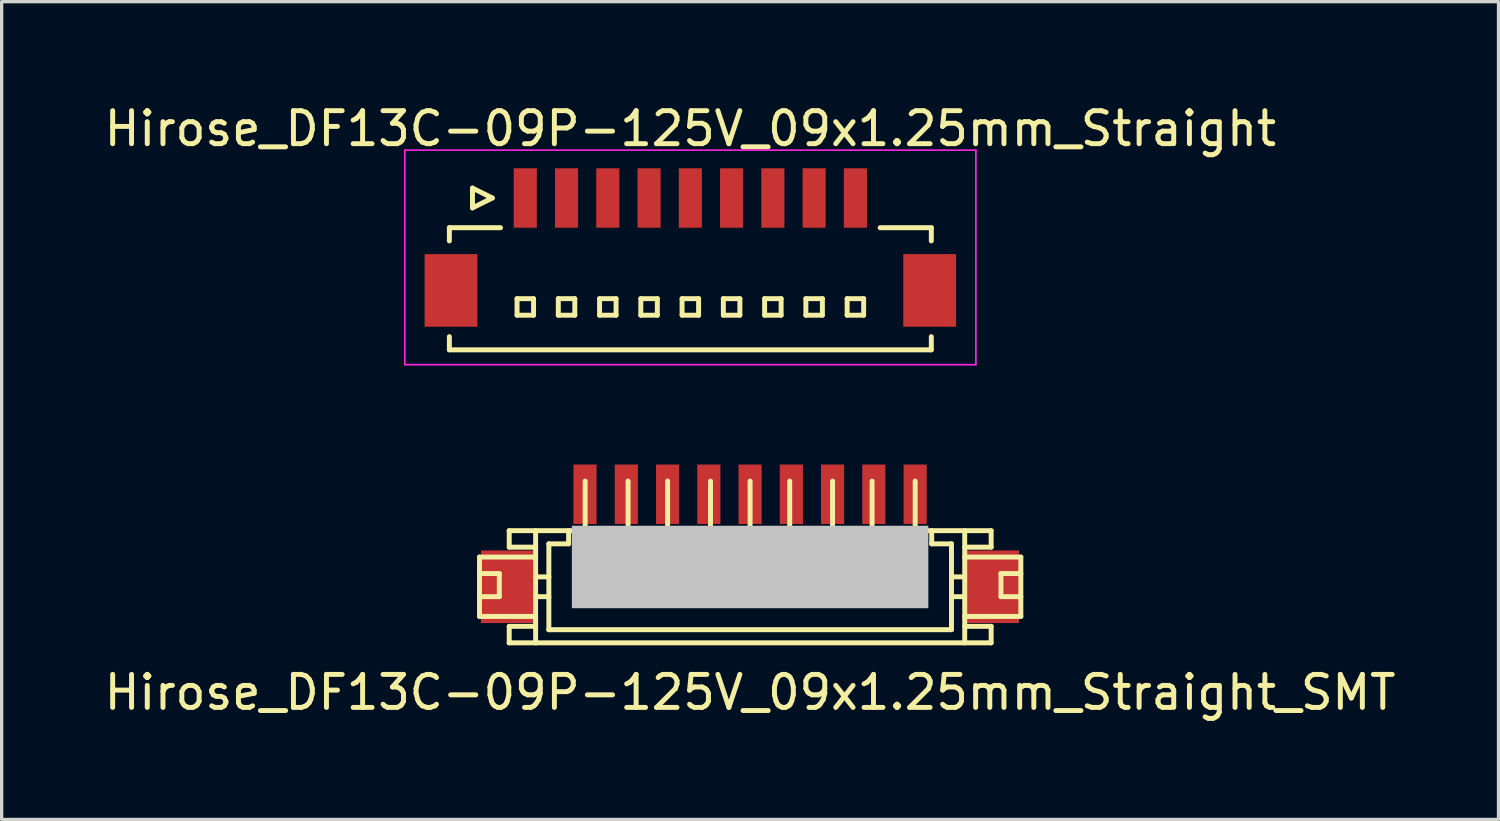
<source format=kicad_pcb>
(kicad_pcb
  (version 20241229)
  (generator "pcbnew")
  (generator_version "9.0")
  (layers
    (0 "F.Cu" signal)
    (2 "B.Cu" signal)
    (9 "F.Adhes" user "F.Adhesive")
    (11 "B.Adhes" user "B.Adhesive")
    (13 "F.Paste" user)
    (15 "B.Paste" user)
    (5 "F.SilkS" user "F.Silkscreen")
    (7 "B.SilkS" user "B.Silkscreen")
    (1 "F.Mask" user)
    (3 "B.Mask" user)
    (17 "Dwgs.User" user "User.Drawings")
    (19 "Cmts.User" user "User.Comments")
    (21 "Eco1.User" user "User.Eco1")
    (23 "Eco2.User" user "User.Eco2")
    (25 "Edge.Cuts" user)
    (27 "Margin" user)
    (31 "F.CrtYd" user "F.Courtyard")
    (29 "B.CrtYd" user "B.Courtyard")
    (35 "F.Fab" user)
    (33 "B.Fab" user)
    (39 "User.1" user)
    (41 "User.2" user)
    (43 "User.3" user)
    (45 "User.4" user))
  (footprint "Hirose_DF13C-09P-125V_09x1.25mm_Straight_SMT"
    (layer "F.Cu")
    (at 19.673 13.925)
    (property "Reference" "Hirose_DF13C-09P-125V_09x1.25mm_Straight_SMT" (at 0 4 0) (layer "F.SilkS") (effects (font (size 1 1) (thickness 0.15))))
    (attr smd)
    (fp_line (start -8.197 -0.099) (end -6.497 -0.099) (stroke (width 0.15) (type solid)) (layer "F.SilkS"))
    (fp_line (start -8.197 0.399) (end -7.597 0.399) (stroke (width 0.15) (type solid)) (layer "F.SilkS"))
    (fp_line (start -8.197 1.699) (end -8.197 -0.099) (stroke (width 0.15) (type solid)) (layer "F.SilkS"))
    (fp_line (start -8.197 1.699) (end -6.497 1.699) (stroke (width 0.15) (type solid)) (layer "F.SilkS"))
    (fp_line (start -7.597 0.399) (end -7.597 1.1) (stroke (width 0.15) (type solid)) (layer "F.SilkS"))
    (fp_line (start -7.597 1.1) (end -8.197 1.1) (stroke (width 0.15) (type solid)) (layer "F.SilkS"))
    (fp_line (start -7.3 -0.899) (end 7.3 -0.899) (stroke (width 0.15) (type solid)) (layer "F.SilkS"))
    (fp_line (start -7.297 -0.399) (end -7.297 -0.899) (stroke (width 0.15) (type solid)) (layer "F.SilkS"))
    (fp_line (start -7.297 2.499) (end -7.297 1.999) (stroke (width 0.15) (type solid)) (layer "F.SilkS"))
    (fp_line (start -6.497 -0.899) (end -6.497 2.499) (stroke (width 0.15) (type solid)) (layer "F.SilkS"))
    (fp_line (start -6.497 -0.399) (end -7.297 -0.399) (stroke (width 0.15) (type solid)) (layer "F.SilkS"))
    (fp_line (start -6.497 0.5) (end -6.096 0.5) (stroke (width 0.15) (type solid)) (layer "F.SilkS"))
    (fp_line (start -6.497 1.1) (end -6.096 1.1) (stroke (width 0.15) (type solid)) (layer "F.SilkS"))
    (fp_line (start -6.497 1.999) (end -7.297 1.999) (stroke (width 0.15) (type solid)) (layer "F.SilkS"))
    (fp_line (start -6.101 2.101) (end 6.101 2.101) (stroke (width 0.15) (type solid)) (layer "F.SilkS"))
    (fp_line (start -6.096 -0.5) (end -5.497 -0.5) (stroke (width 0.15) (type solid)) (layer "F.SilkS"))
    (fp_line (start -6.096 2.101) (end -6.096 -0.5) (stroke (width 0.15) (type solid)) (layer "F.SilkS"))
    (fp_line (start -5.497 -0.902) (end -5.497 -0.5) (stroke (width 0.15) (type solid)) (layer "F.SilkS"))
    (fp_line (start -5.098 0.998) (end -5.098 1.199) (stroke (width 0.15) (type solid)) (layer "F.SilkS"))
    (fp_line (start -5.098 1.199) (end -4.897 1.199) (stroke (width 0.15) (type solid)) (layer "F.SilkS"))
    (fp_line (start -4.996 -0.902) (end -4.996 -2.4) (stroke (width 0.15) (type solid)) (layer "F.SilkS"))
    (fp_line (start -4.897 0.998) (end -5.098 0.998) (stroke (width 0.15) (type solid)) (layer "F.SilkS"))
    (fp_line (start -4.897 1.199) (end -4.897 0.998) (stroke (width 0.15) (type solid)) (layer "F.SilkS"))
    (fp_line (start -3.8 1.001) (end -3.602 1.001) (stroke (width 0.15) (type solid)) (layer "F.SilkS"))
    (fp_line (start -3.8 1.199) (end -3.8 1.001) (stroke (width 0.15) (type solid)) (layer "F.SilkS"))
    (fp_line (start -3.696 -0.899) (end -3.696 -2.4) (stroke (width 0.15) (type solid)) (layer "F.SilkS"))
    (fp_line (start -3.602 1.001) (end -3.602 1.199) (stroke (width 0.15) (type solid)) (layer "F.SilkS"))
    (fp_line (start -3.602 1.199) (end -3.8 1.199) (stroke (width 0.15) (type solid)) (layer "F.SilkS"))
    (fp_line (start -2.598 1.001) (end -2.4 1.001) (stroke (width 0.15) (type solid)) (layer "F.SilkS"))
    (fp_line (start -2.598 1.199) (end -2.598 1.001) (stroke (width 0.15) (type solid)) (layer "F.SilkS"))
    (fp_line (start -2.499 -2.4) (end -2.499 -0.899) (stroke (width 0.15) (type solid)) (layer "F.SilkS"))
    (fp_line (start -2.4 1.001) (end -2.4 1.199) (stroke (width 0.15) (type solid)) (layer "F.SilkS"))
    (fp_line (start -2.4 1.199) (end -2.598 1.199) (stroke (width 0.15) (type solid)) (layer "F.SilkS"))
    (fp_line (start -1.298 1.001) (end -1.1 1.001) (stroke (width 0.15) (type solid)) (layer "F.SilkS"))
    (fp_line (start -1.298 1.199) (end -1.298 1.001) (stroke (width 0.15) (type solid)) (layer "F.SilkS"))
    (fp_line (start -1.199 -0.899) (end -1.199 -2.4) (stroke (width 0.15) (type solid)) (layer "F.SilkS"))
    (fp_line (start -1.1 1.001) (end -1.1 1.199) (stroke (width 0.15) (type solid)) (layer "F.SilkS"))
    (fp_line (start -1.1 1.199) (end -1.298 1.199) (stroke (width 0.15) (type solid)) (layer "F.SilkS"))
    (fp_line (start -0.099 1.001) (end 0.099 1.001) (stroke (width 0.15) (type solid)) (layer "F.SilkS"))
    (fp_line (start -0.099 1.199) (end -0.099 1.001) (stroke (width 0.15) (type solid)) (layer "F.SilkS"))
    (fp_line (start 0 -0.899) (end 0 -2.4) (stroke (width 0.15) (type solid)) (layer "F.SilkS"))
    (fp_line (start 0.099 1.001) (end 0.099 1.199) (stroke (width 0.15) (type solid)) (layer "F.SilkS"))
    (fp_line (start 0.099 1.199) (end -0.099 1.199) (stroke (width 0.15) (type solid)) (layer "F.SilkS"))
    (fp_line (start 1.1 1.001) (end 1.3 1.001) (stroke (width 0.15) (type solid)) (layer "F.SilkS"))
    (fp_line (start 1.1 1.199) (end 1.1 1.001) (stroke (width 0.15) (type solid)) (layer "F.SilkS"))
    (fp_line (start 1.201 -2.4) (end 1.201 -0.899) (stroke (width 0.15) (type solid)) (layer "F.SilkS"))
    (fp_line (start 1.3 1.001) (end 1.3 1.199) (stroke (width 0.15) (type solid)) (layer "F.SilkS"))
    (fp_line (start 1.3 1.199) (end 1.1 1.199) (stroke (width 0.15) (type solid)) (layer "F.SilkS"))
    (fp_line (start 2.398 1.001) (end 2.596 1.001) (stroke (width 0.15) (type solid)) (layer "F.SilkS"))
    (fp_line (start 2.398 1.199) (end 2.398 1.001) (stroke (width 0.15) (type solid)) (layer "F.SilkS"))
    (fp_line (start 2.499 -0.899) (end 2.499 -2.4) (stroke (width 0.15) (type solid)) (layer "F.SilkS"))
    (fp_line (start 2.596 1.001) (end 2.596 1.199) (stroke (width 0.15) (type solid)) (layer "F.SilkS"))
    (fp_line (start 2.596 1.199) (end 2.398 1.199) (stroke (width 0.15) (type solid)) (layer "F.SilkS"))
    (fp_line (start 3.602 0.998) (end 3.802 0.998) (stroke (width 0.15) (type solid)) (layer "F.SilkS"))
    (fp_line (start 3.602 1.199) (end 3.602 0.998) (stroke (width 0.15) (type solid)) (layer "F.SilkS"))
    (fp_line (start 3.696 -0.899) (end 3.696 -2.4) (stroke (width 0.15) (type solid)) (layer "F.SilkS"))
    (fp_line (start 3.802 0.998) (end 3.802 1.199) (stroke (width 0.15) (type solid)) (layer "F.SilkS"))
    (fp_line (start 3.802 1.199) (end 3.602 1.199) (stroke (width 0.15) (type solid)) (layer "F.SilkS"))
    (fp_line (start 4.902 1.001) (end 5.103 1.001) (stroke (width 0.15) (type solid)) (layer "F.SilkS"))
    (fp_line (start 4.902 1.199) (end 4.902 1.001) (stroke (width 0.15) (type solid)) (layer "F.SilkS"))
    (fp_line (start 5.001 -0.902) (end 5.001 -2.4) (stroke (width 0.15) (type solid)) (layer "F.SilkS"))
    (fp_line (start 5.103 1.001) (end 5.103 1.199) (stroke (width 0.15) (type solid)) (layer "F.SilkS"))
    (fp_line (start 5.103 1.199) (end 4.902 1.199) (stroke (width 0.15) (type solid)) (layer "F.SilkS"))
    (fp_line (start 5.502 -0.5) (end 5.502 -0.902) (stroke (width 0.15) (type solid)) (layer "F.SilkS"))
    (fp_line (start 6.099 1.1) (end 6.5 1.1) (stroke (width 0.15) (type solid)) (layer "F.SilkS"))
    (fp_line (start 6.101 -0.5) (end 5.502 -0.5) (stroke (width 0.15) (type solid)) (layer "F.SilkS"))
    (fp_line (start 6.101 2.098) (end 6.101 -0.5) (stroke (width 0.15) (type solid)) (layer "F.SilkS"))
    (fp_line (start 6.5 0.5) (end 6.099 0.5) (stroke (width 0.15) (type solid)) (layer "F.SilkS"))
    (fp_line (start 6.502 -0.899) (end 6.502 2.499) (stroke (width 0.15) (type solid)) (layer "F.SilkS"))
    (fp_line (start 7.3 2.499) (end -7.3 2.499) (stroke (width 0.15) (type solid)) (layer "F.SilkS"))
    (fp_line (start 7.303 -0.399) (end 6.502 -0.399) (stroke (width 0.15) (type solid)) (layer "F.SilkS"))
    (fp_line (start 7.303 -0.399) (end 7.303 -0.899) (stroke (width 0.15) (type solid)) (layer "F.SilkS"))
    (fp_line (start 7.303 1.999) (end 6.502 1.999) (stroke (width 0.15) (type solid)) (layer "F.SilkS"))
    (fp_line (start 7.303 2.499) (end 7.303 1.999) (stroke (width 0.15) (type solid)) (layer "F.SilkS"))
    (fp_line (start 7.6 0.399) (end 7.6 1.1) (stroke (width 0.15) (type solid)) (layer "F.SilkS"))
    (fp_line (start 7.602 0.399) (end 8.202 0.399) (stroke (width 0.15) (type solid)) (layer "F.SilkS"))
    (fp_line (start 7.602 1.1) (end 8.202 1.1) (stroke (width 0.15) (type solid)) (layer "F.SilkS"))
    (fp_line (start 8.202 -0.099) (end 6.502 -0.099) (stroke (width 0.15) (type solid)) (layer "F.SilkS"))
    (fp_line (start 8.202 -0.099) (end 8.202 1.699) (stroke (width 0.15) (type solid)) (layer "F.SilkS"))
    (fp_line (start 8.202 1.699) (end 6.502 1.699) (stroke (width 0.15) (type solid)) (layer "F.SilkS"))
    (pad "" smd rect (at -7.351 0.8) (size 1.6 2.2) (layers "F.Cu" "F.Mask" "F.Paste"))
    (pad "" smd rect (at 0 0.201) (size 10.8 2.499) (layers "Dwgs.User"))
    (pad "" smd rect (at 7.351 0.8) (size 1.6 2.2) (layers "F.Cu" "F.Mask" "F.Paste"))
    (pad "1" smd rect (at -5.001 -2.002) (size 0.701 1.801) (layers "F.Cu" "F.Mask" "F.Paste"))
    (pad "2" smd rect (at -3.749 -2.002) (size 0.701 1.801) (layers "F.Cu" "F.Mask" "F.Paste"))
    (pad "3" smd rect (at -2.499 -2.002) (size 0.701 1.801) (layers "F.Cu" "F.Mask" "F.Paste"))
    (pad "4" smd rect (at -1.25 -2.002) (size 0.701 1.801) (layers "F.Cu" "F.Mask" "F.Paste"))
    (pad "5" smd rect (at 0 -2.002) (size 0.701 1.801) (layers "F.Cu" "F.Mask" "F.Paste"))
    (pad "6" smd rect (at 1.25 -2.002) (size 0.701 1.801) (layers "F.Cu" "F.Mask" "F.Paste"))
    (pad "7" smd rect (at 2.499 -2.002) (size 0.701 1.801) (layers "F.Cu" "F.Mask" "F.Paste"))
    (pad "8" smd rect (at 3.749 -2.002) (size 0.701 1.801) (layers "F.Cu" "F.Mask" "F.Paste"))
    (pad "9" smd rect (at 5.001 -2.002) (size 0.701 1.801) (layers "F.Cu" "F.Mask" "F.Paste")))
  (footprint "Hirose_DF13C-09P-125V_09x1.25mm_Straight"
    (layer "F.Cu")
    (at 17.863 4.348)
    (property "Reference" "Hirose_DF13C-09P-125V_09x1.25mm_Straight" (at 0 -3.5 0) (layer "F.SilkS") (effects (font (size 1 1) (thickness 0.15))))
    (attr smd)
    (fp_line (start -7.3 -0.5) (end -7.3 -0.1) (stroke (width 0.15) (type solid)) (layer "F.SilkS"))
    (fp_line (start -7.3 -0.5) (end -5.75 -0.5) (stroke (width 0.15) (type solid)) (layer "F.SilkS"))
    (fp_line (start -7.3 3.2) (end -7.3 2.8) (stroke (width 0.15) (type solid)) (layer "F.SilkS"))
    (fp_line (start -7.3 3.2) (end 7.3 3.2) (stroke (width 0.15) (type solid)) (layer "F.SilkS"))
    (fp_line (start -6.6 -1.7) (end -6.6 -1.1) (stroke (width 0.15) (type solid)) (layer "F.SilkS"))
    (fp_line (start -6.6 -1.1) (end -6 -1.4) (stroke (width 0.15) (type solid)) (layer "F.SilkS"))
    (fp_line (start -6 -1.4) (end -6.6 -1.7) (stroke (width 0.15) (type solid)) (layer "F.SilkS"))
    (fp_line (start -5.25 1.65) (end -5.25 2.15) (stroke (width 0.15) (type solid)) (layer "F.SilkS"))
    (fp_line (start -5.25 2.15) (end -4.75 2.15) (stroke (width 0.15) (type solid)) (layer "F.SilkS"))
    (fp_line (start -4.75 1.65) (end -5.25 1.65) (stroke (width 0.15) (type solid)) (layer "F.SilkS"))
    (fp_line (start -4.75 2.15) (end -4.75 1.65) (stroke (width 0.15) (type solid)) (layer "F.SilkS"))
    (fp_line (start -4 1.65) (end -4 2.15) (stroke (width 0.15) (type solid)) (layer "F.SilkS"))
    (fp_line (start -4 2.15) (end -3.5 2.15) (stroke (width 0.15) (type solid)) (layer "F.SilkS"))
    (fp_line (start -3.5 1.65) (end -4 1.65) (stroke (width 0.15) (type solid)) (layer "F.SilkS"))
    (fp_line (start -3.5 2.15) (end -3.5 1.65) (stroke (width 0.15) (type solid)) (layer "F.SilkS"))
    (fp_line (start -2.75 1.65) (end -2.75 2.15) (stroke (width 0.15) (type solid)) (layer "F.SilkS"))
    (fp_line (start -2.75 2.15) (end -2.25 2.15) (stroke (width 0.15) (type solid)) (layer "F.SilkS"))
    (fp_line (start -2.25 1.65) (end -2.75 1.65) (stroke (width 0.15) (type solid)) (layer "F.SilkS"))
    (fp_line (start -2.25 2.15) (end -2.25 1.65) (stroke (width 0.15) (type solid)) (layer "F.SilkS"))
    (fp_line (start -1.5 1.65) (end -1.5 2.15) (stroke (width 0.15) (type solid)) (layer "F.SilkS"))
    (fp_line (start -1.5 2.15) (end -1 2.15) (stroke (width 0.15) (type solid)) (layer "F.SilkS"))
    (fp_line (start -1 1.65) (end -1.5 1.65) (stroke (width 0.15) (type solid)) (layer "F.SilkS"))
    (fp_line (start -1 2.15) (end -1 1.65) (stroke (width 0.15) (type solid)) (layer "F.SilkS"))
    (fp_line (start -0.25 1.65) (end -0.25 2.15) (stroke (width 0.15) (type solid)) (layer "F.SilkS"))
    (fp_line (start -0.25 2.15) (end 0.25 2.15) (stroke (width 0.15) (type solid)) (layer "F.SilkS"))
    (fp_line (start 0.25 1.65) (end -0.25 1.65) (stroke (width 0.15) (type solid)) (layer "F.SilkS"))
    (fp_line (start 0.25 2.15) (end 0.25 1.65) (stroke (width 0.15) (type solid)) (layer "F.SilkS"))
    (fp_line (start 1 1.65) (end 1 2.15) (stroke (width 0.15) (type solid)) (layer "F.SilkS"))
    (fp_line (start 1 2.15) (end 1.5 2.15) (stroke (width 0.15) (type solid)) (layer "F.SilkS"))
    (fp_line (start 1.5 1.65) (end 1 1.65) (stroke (width 0.15) (type solid)) (layer "F.SilkS"))
    (fp_line (start 1.5 2.15) (end 1.5 1.65) (stroke (width 0.15) (type solid)) (layer "F.SilkS"))
    (fp_line (start 2.25 1.65) (end 2.25 2.15) (stroke (width 0.15) (type solid)) (layer "F.SilkS"))
    (fp_line (start 2.25 2.15) (end 2.75 2.15) (stroke (width 0.15) (type solid)) (layer "F.SilkS"))
    (fp_line (start 2.75 1.65) (end 2.25 1.65) (stroke (width 0.15) (type solid)) (layer "F.SilkS"))
    (fp_line (start 2.75 2.15) (end 2.75 1.65) (stroke (width 0.15) (type solid)) (layer "F.SilkS"))
    (fp_line (start 3.5 1.65) (end 3.5 2.15) (stroke (width 0.15) (type solid)) (layer "F.SilkS"))
    (fp_line (start 3.5 2.15) (end 4 2.15) (stroke (width 0.15) (type solid)) (layer "F.SilkS"))
    (fp_line (start 4 1.65) (end 3.5 1.65) (stroke (width 0.15) (type solid)) (layer "F.SilkS"))
    (fp_line (start 4 2.15) (end 4 1.65) (stroke (width 0.15) (type solid)) (layer "F.SilkS"))
    (fp_line (start 4.75 1.65) (end 4.75 2.15) (stroke (width 0.15) (type solid)) (layer "F.SilkS"))
    (fp_line (start 4.75 2.15) (end 5.25 2.15) (stroke (width 0.15) (type solid)) (layer "F.SilkS"))
    (fp_line (start 5.25 1.65) (end 4.75 1.65) (stroke (width 0.15) (type solid)) (layer "F.SilkS"))
    (fp_line (start 5.25 2.15) (end 5.25 1.65) (stroke (width 0.15) (type solid)) (layer "F.SilkS"))
    (fp_line (start 7.3 -0.5) (end 5.75 -0.5) (stroke (width 0.15) (type solid)) (layer "F.SilkS"))
    (fp_line (start 7.3 -0.5) (end 7.3 -0.1) (stroke (width 0.15) (type solid)) (layer "F.SilkS"))
    (fp_line (start 7.3 3.2) (end 7.3 2.8) (stroke (width 0.15) (type solid)) (layer "F.SilkS"))
    (fp_line (start -8.65 -2.85) (end -8.65 3.65) (stroke (width 0.05) (type solid)) (layer "F.CrtYd"))
    (fp_line (start -8.65 3.65) (end 8.65 3.65) (stroke (width 0.05) (type solid)) (layer "F.CrtYd"))
    (fp_line (start 8.65 -2.85) (end -8.65 -2.85) (stroke (width 0.05) (type solid)) (layer "F.CrtYd"))
    (fp_line (start 8.65 3.65) (end 8.65 -2.85) (stroke (width 0.05) (type solid)) (layer "F.CrtYd"))
    (pad "" smd rect (at -7.25 1.4) (size 1.6 2.2) (layers "F.Cu" "F.Mask" "F.Paste"))
    (pad "" smd rect (at 7.25 1.4) (size 1.6 2.2) (layers "F.Cu" "F.Mask" "F.Paste"))
    (pad "1" smd rect (at -5 -1.4) (size 0.7 1.8) (layers "F.Cu" "F.Mask" "F.Paste"))
    (pad "2" smd rect (at -3.75 -1.4) (size 0.7 1.8) (layers "F.Cu" "F.Mask" "F.Paste"))
    (pad "3" smd rect (at -2.5 -1.4) (size 0.7 1.8) (layers "F.Cu" "F.Mask" "F.Paste"))
    (pad "4" smd rect (at -1.25 -1.4) (size 0.7 1.8) (layers "F.Cu" "F.Mask" "F.Paste"))
    (pad "5" smd rect (at 0 -1.4) (size 0.7 1.8) (layers "F.Cu" "F.Mask" "F.Paste"))
    (pad "6" smd rect (at 1.25 -1.4) (size 0.7 1.8) (layers "F.Cu" "F.Mask" "F.Paste"))
    (pad "7" smd rect (at 2.5 -1.4) (size 0.7 1.8) (layers "F.Cu" "F.Mask" "F.Paste"))
    (pad "8" smd rect (at 3.75 -1.4) (size 0.7 1.8) (layers "F.Cu" "F.Mask" "F.Paste"))
    (pad "9" smd rect (at 5 -1.4) (size 0.7 1.8) (layers "F.Cu" "F.Mask" "F.Paste")))
  (gr_rect
    (start -3 -3)
    (end 42.345 21.774)
    (stroke (width 0.1) (type default))
    (fill no)
    (layer "Edge.Cuts")))
</source>
